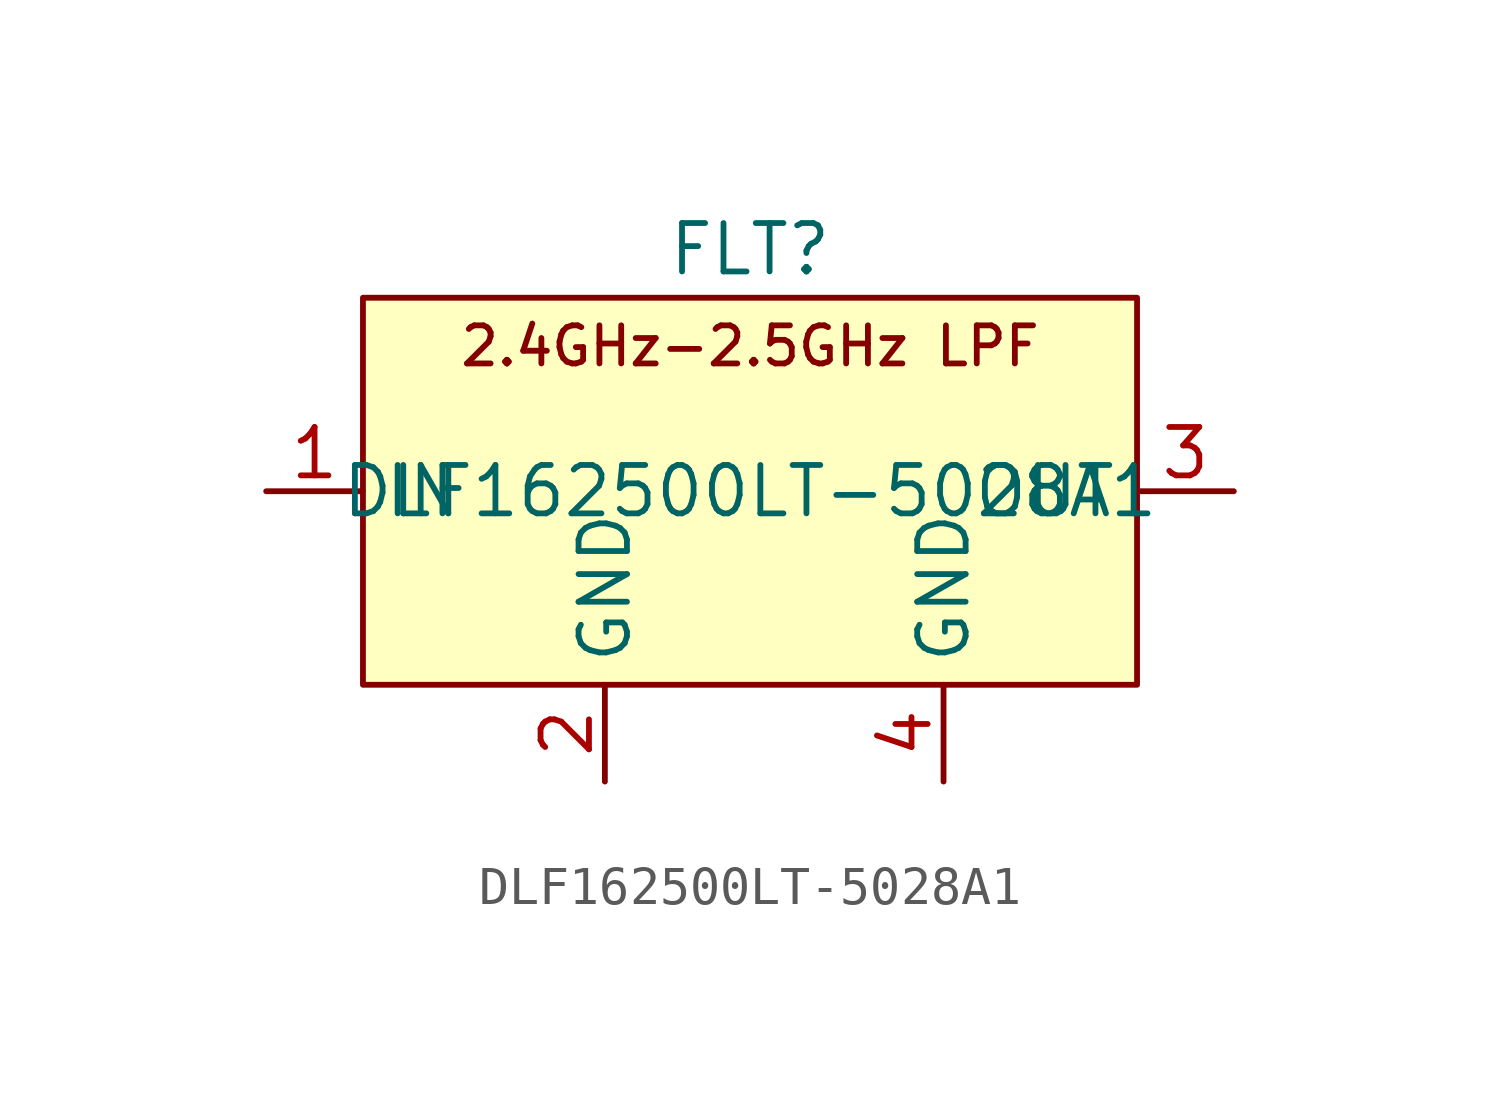
<source format=kicad_sym>
(kicad_symbol_lib
  (version 20220914)
  (generator kicad_symbol_editor)
  (symbol "DLF162500LT-5028A1"
    (property "Reference" "FLT"
      (at 0 6.35 0)
      (effects (font (size 1.27 1.27))))
    (property "Value" "DLF162500LT-5028A1"
      (at 0 0 0)
      (effects (font (size 1.27 1.27))))
    (symbol "DLF162500LT-5028A1_0_0"
      (pin passive line (at -12.7 0 0) (length 2.54) (name "IN" (effects (font (size 1.27 1.27)))) (number "1" (effects (font (size 1.27 1.27)))))
      (pin passive line (at -3.81 -7.62 90) (length 2.54) (name "GND" (effects (font (size 1.27 1.27)))) (number "2" (effects (font (size 1.27 1.27)))))
      (pin passive line (at 12.7 0 180) (length 2.54) (name "OUT" (effects (font (size 1.27 1.27)))) (number "3" (effects (font (size 1.27 1.27)))))
      (pin passive line (at 5.08 -7.62 90) (length 2.54) (name "GND" (effects (font (size 1.27 1.27)))) (number "4" (effects (font (size 1.27 1.27))))))
    (symbol "DLF162500LT-5028A1_1_1"
      (rectangle (start -10.16 5.08) (end 10.16 -5.08) (stroke (width 0) (type default)) (fill (type background)))
      (text "2.4GHz-2.5GHz LPF" (at 0 3.81 0) (effects (font (size 1 1)))))))
</source>
